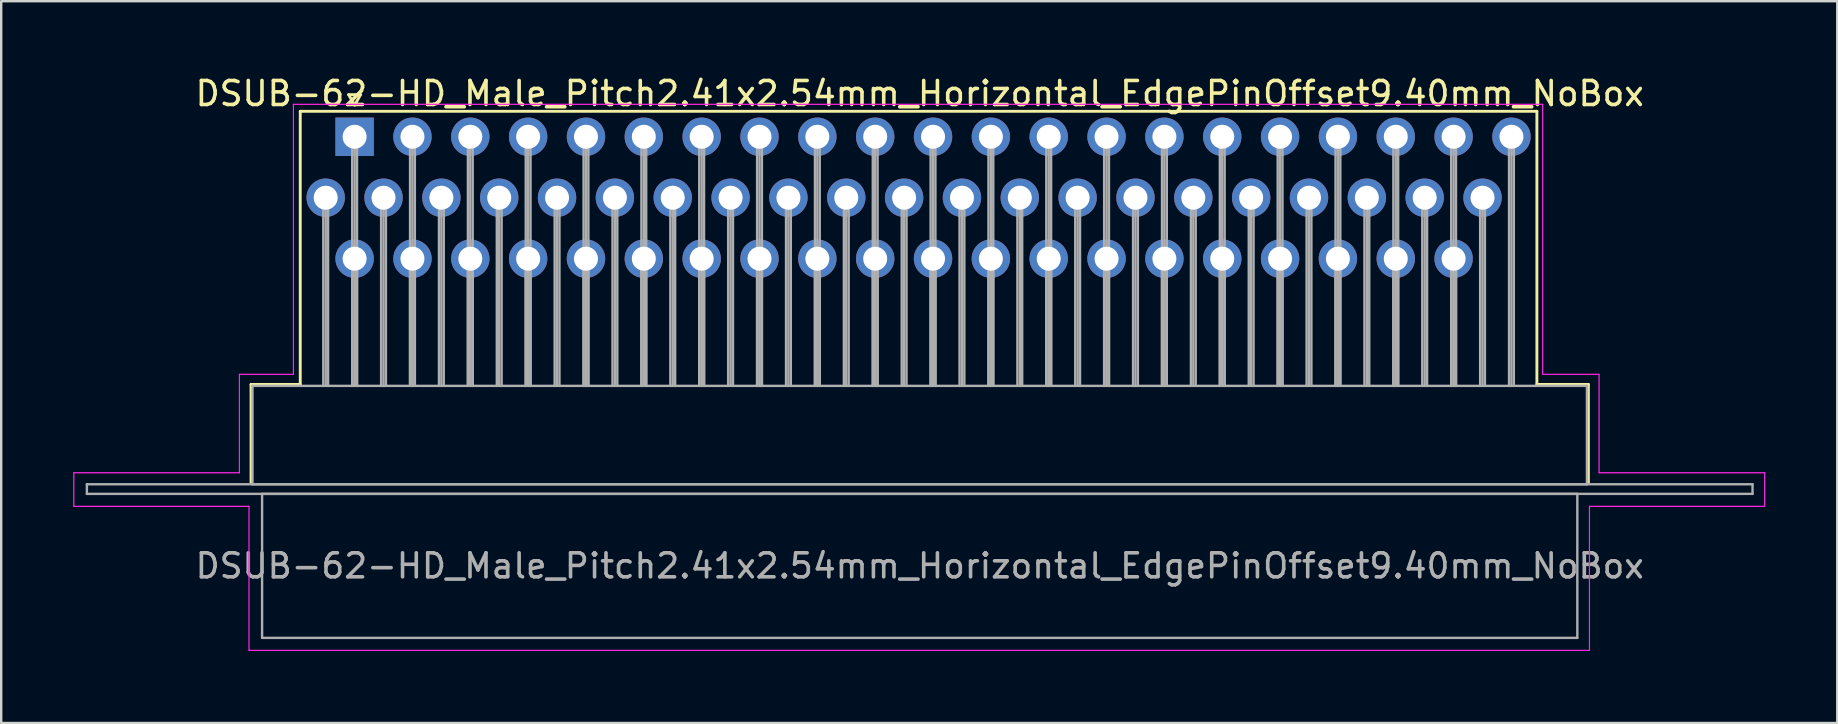
<source format=kicad_pcb>
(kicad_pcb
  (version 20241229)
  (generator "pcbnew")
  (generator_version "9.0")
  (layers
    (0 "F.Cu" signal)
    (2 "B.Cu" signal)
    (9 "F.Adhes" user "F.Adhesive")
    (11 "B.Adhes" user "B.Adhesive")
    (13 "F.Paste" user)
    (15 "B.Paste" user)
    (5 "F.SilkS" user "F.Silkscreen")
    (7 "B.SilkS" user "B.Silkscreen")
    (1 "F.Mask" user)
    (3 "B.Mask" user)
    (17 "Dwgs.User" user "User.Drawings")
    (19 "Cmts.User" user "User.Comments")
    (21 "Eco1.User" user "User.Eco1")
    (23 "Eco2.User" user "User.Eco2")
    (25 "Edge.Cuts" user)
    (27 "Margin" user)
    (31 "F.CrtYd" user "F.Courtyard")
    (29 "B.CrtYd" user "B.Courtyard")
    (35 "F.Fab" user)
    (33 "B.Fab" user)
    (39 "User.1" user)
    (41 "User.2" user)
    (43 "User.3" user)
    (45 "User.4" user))
  (footprint "DSUB-62-HD_Male_Pitch2.41x2.54mm_Horizontal_EdgePinOffset9.40mm_NoBox"
    (layer "F.Cu")
    (at 11.725 2.648)
    (property "Reference" "DSUB-62-HD_Male_Pitch2.41x2.54mm_Horizontal_EdgePinOffset9.40mm_NoBox" (at 23.545 -1.8 0) (layer "F.SilkS") (effects (font (size 1 1) (thickness 0.15))))
    (attr through_hole)
    (fp_line (start -4.315 10.32) (end -2.265 10.32) (stroke (width 0.12) (type solid)) (layer "F.SilkS"))
    (fp_line (start -4.315 14.42) (end -4.315 10.32) (stroke (width 0.12) (type solid)) (layer "F.SilkS"))
    (fp_line (start -2.265 -1.06) (end 49.26 -1.06) (stroke (width 0.12) (type solid)) (layer "F.SilkS"))
    (fp_line (start -2.265 10.32) (end -2.265 -1.06) (stroke (width 0.12) (type solid)) (layer "F.SilkS"))
    (fp_line (start -0.25 -1.754) (end 0.25 -1.754) (stroke (width 0.12) (type solid)) (layer "F.SilkS"))
    (fp_line (start 0 -1.321) (end -0.25 -1.754) (stroke (width 0.12) (type solid)) (layer "F.SilkS"))
    (fp_line (start 0.25 -1.754) (end 0 -1.321) (stroke (width 0.12) (type solid)) (layer "F.SilkS"))
    (fp_line (start 49.26 -1.06) (end 49.26 10.32) (stroke (width 0.12) (type solid)) (layer "F.SilkS"))
    (fp_line (start 49.26 10.32) (end 51.405 10.32) (stroke (width 0.12) (type solid)) (layer "F.SilkS"))
    (fp_line (start 51.405 10.32) (end 51.405 14.42) (stroke (width 0.12) (type solid)) (layer "F.SilkS"))
    (fp_line (start -11.7 14) (end -4.8 14) (stroke (width 0.05) (type solid)) (layer "F.CrtYd"))
    (fp_line (start -11.7 15.4) (end -11.7 14) (stroke (width 0.05) (type solid)) (layer "F.CrtYd"))
    (fp_line (start -4.8 9.9) (end -2.55 9.9) (stroke (width 0.05) (type solid)) (layer "F.CrtYd"))
    (fp_line (start -4.8 14) (end -4.8 9.9) (stroke (width 0.05) (type solid)) (layer "F.CrtYd"))
    (fp_line (start -4.4 15.4) (end -11.7 15.4) (stroke (width 0.05) (type solid)) (layer "F.CrtYd"))
    (fp_line (start -4.4 21.4) (end -4.4 15.4) (stroke (width 0.05) (type solid)) (layer "F.CrtYd"))
    (fp_line (start -2.55 -1.35) (end 49.5 -1.35) (stroke (width 0.05) (type solid)) (layer "F.CrtYd"))
    (fp_line (start -2.55 9.9) (end -2.55 -1.35) (stroke (width 0.05) (type solid)) (layer "F.CrtYd"))
    (fp_line (start 49.5 -1.35) (end 49.5 9.9) (stroke (width 0.05) (type solid)) (layer "F.CrtYd"))
    (fp_line (start 49.5 9.9) (end 51.85 9.9) (stroke (width 0.05) (type solid)) (layer "F.CrtYd"))
    (fp_line (start 51.45 15.4) (end 51.45 21.4) (stroke (width 0.05) (type solid)) (layer "F.CrtYd"))
    (fp_line (start 51.45 21.4) (end -4.4 21.4) (stroke (width 0.05) (type solid)) (layer "F.CrtYd"))
    (fp_line (start 51.85 9.9) (end 51.85 14) (stroke (width 0.05) (type solid)) (layer "F.CrtYd"))
    (fp_line (start 51.85 14) (end 58.75 14) (stroke (width 0.05) (type solid)) (layer "F.CrtYd"))
    (fp_line (start 58.75 14) (end 58.75 15.4) (stroke (width 0.05) (type solid)) (layer "F.CrtYd"))
    (fp_line (start 58.75 15.4) (end 51.45 15.4) (stroke (width 0.05) (type solid)) (layer "F.CrtYd"))
    (fp_line (start -11.155 14.48) (end -11.155 14.88) (stroke (width 0.1) (type solid)) (layer "F.Fab"))
    (fp_line (start -11.155 14.88) (end 58.245 14.88) (stroke (width 0.1) (type solid)) (layer "F.Fab"))
    (fp_line (start -4.255 10.38) (end -4.255 14.48) (stroke (width 0.1) (type solid)) (layer "F.Fab"))
    (fp_line (start -4.255 14.48) (end 51.345 14.48) (stroke (width 0.1) (type solid)) (layer "F.Fab"))
    (fp_line (start -3.855 14.88) (end -3.855 20.88) (stroke (width 0.1) (type solid)) (layer "F.Fab"))
    (fp_line (start -3.855 20.88) (end 50.945 20.88) (stroke (width 0.1) (type solid)) (layer "F.Fab"))
    (fp_line (start -1.305 2.54) (end -1.305 10.38) (stroke (width 0.1) (type solid)) (layer "F.Fab"))
    (fp_line (start -1.205 2.54) (end -1.205 10.38) (stroke (width 0.1) (type solid)) (layer "F.Fab"))
    (fp_line (start -1.105 2.54) (end -1.105 10.38) (stroke (width 0.1) (type solid)) (layer "F.Fab"))
    (fp_line (start -0.1 0) (end -0.1 10.38) (stroke (width 0.1) (type solid)) (layer "F.Fab"))
    (fp_line (start -0.1 5.08) (end -0.1 10.38) (stroke (width 0.1) (type solid)) (layer "F.Fab"))
    (fp_line (start 0 0) (end 0 10.38) (stroke (width 0.1) (type solid)) (layer "F.Fab"))
    (fp_line (start 0 5.08) (end 0 10.38) (stroke (width 0.1) (type solid)) (layer "F.Fab"))
    (fp_line (start 0.1 0) (end 0.1 10.38) (stroke (width 0.1) (type solid)) (layer "F.Fab"))
    (fp_line (start 0.1 5.08) (end 0.1 10.38) (stroke (width 0.1) (type solid)) (layer "F.Fab"))
    (fp_line (start 1.105 2.54) (end 1.105 10.38) (stroke (width 0.1) (type solid)) (layer "F.Fab"))
    (fp_line (start 1.205 2.54) (end 1.205 10.38) (stroke (width 0.1) (type solid)) (layer "F.Fab"))
    (fp_line (start 1.305 2.54) (end 1.305 10.38) (stroke (width 0.1) (type solid)) (layer "F.Fab"))
    (fp_line (start 2.31 0) (end 2.31 10.38) (stroke (width 0.1) (type solid)) (layer "F.Fab"))
    (fp_line (start 2.31 5.08) (end 2.31 10.38) (stroke (width 0.1) (type solid)) (layer "F.Fab"))
    (fp_line (start 2.41 0) (end 2.41 10.38) (stroke (width 0.1) (type solid)) (layer "F.Fab"))
    (fp_line (start 2.41 5.08) (end 2.41 10.38) (stroke (width 0.1) (type solid)) (layer "F.Fab"))
    (fp_line (start 2.51 0) (end 2.51 10.38) (stroke (width 0.1) (type solid)) (layer "F.Fab"))
    (fp_line (start 2.51 5.08) (end 2.51 10.38) (stroke (width 0.1) (type solid)) (layer "F.Fab"))
    (fp_line (start 3.515 2.54) (end 3.515 10.38) (stroke (width 0.1) (type solid)) (layer "F.Fab"))
    (fp_line (start 3.615 2.54) (end 3.615 10.38) (stroke (width 0.1) (type solid)) (layer "F.Fab"))
    (fp_line (start 3.715 2.54) (end 3.715 10.38) (stroke (width 0.1) (type solid)) (layer "F.Fab"))
    (fp_line (start 4.72 0) (end 4.72 10.38) (stroke (width 0.1) (type solid)) (layer "F.Fab"))
    (fp_line (start 4.72 5.08) (end 4.72 10.38) (stroke (width 0.1) (type solid)) (layer "F.Fab"))
    (fp_line (start 4.82 0) (end 4.82 10.38) (stroke (width 0.1) (type solid)) (layer "F.Fab"))
    (fp_line (start 4.82 5.08) (end 4.82 10.38) (stroke (width 0.1) (type solid)) (layer "F.Fab"))
    (fp_line (start 4.92 0) (end 4.92 10.38) (stroke (width 0.1) (type solid)) (layer "F.Fab"))
    (fp_line (start 4.92 5.08) (end 4.92 10.38) (stroke (width 0.1) (type solid)) (layer "F.Fab"))
    (fp_line (start 5.925 2.54) (end 5.925 10.38) (stroke (width 0.1) (type solid)) (layer "F.Fab"))
    (fp_line (start 6.025 2.54) (end 6.025 10.38) (stroke (width 0.1) (type solid)) (layer "F.Fab"))
    (fp_line (start 6.125 2.54) (end 6.125 10.38) (stroke (width 0.1) (type solid)) (layer "F.Fab"))
    (fp_line (start 7.13 0) (end 7.13 10.38) (stroke (width 0.1) (type solid)) (layer "F.Fab"))
    (fp_line (start 7.13 5.08) (end 7.13 10.38) (stroke (width 0.1) (type solid)) (layer "F.Fab"))
    (fp_line (start 7.23 0) (end 7.23 10.38) (stroke (width 0.1) (type solid)) (layer "F.Fab"))
    (fp_line (start 7.23 5.08) (end 7.23 10.38) (stroke (width 0.1) (type solid)) (layer "F.Fab"))
    (fp_line (start 7.33 0) (end 7.33 10.38) (stroke (width 0.1) (type solid)) (layer "F.Fab"))
    (fp_line (start 7.33 5.08) (end 7.33 10.38) (stroke (width 0.1) (type solid)) (layer "F.Fab"))
    (fp_line (start 8.335 2.54) (end 8.335 10.38) (stroke (width 0.1) (type solid)) (layer "F.Fab"))
    (fp_line (start 8.435 2.54) (end 8.435 10.38) (stroke (width 0.1) (type solid)) (layer "F.Fab"))
    (fp_line (start 8.535 2.54) (end 8.535 10.38) (stroke (width 0.1) (type solid)) (layer "F.Fab"))
    (fp_line (start 9.54 0) (end 9.54 10.38) (stroke (width 0.1) (type solid)) (layer "F.Fab"))
    (fp_line (start 9.54 5.08) (end 9.54 10.38) (stroke (width 0.1) (type solid)) (layer "F.Fab"))
    (fp_line (start 9.64 0) (end 9.64 10.38) (stroke (width 0.1) (type solid)) (layer "F.Fab"))
    (fp_line (start 9.64 5.08) (end 9.64 10.38) (stroke (width 0.1) (type solid)) (layer "F.Fab"))
    (fp_line (start 9.74 0) (end 9.74 10.38) (stroke (width 0.1) (type solid)) (layer "F.Fab"))
    (fp_line (start 9.74 5.08) (end 9.74 10.38) (stroke (width 0.1) (type solid)) (layer "F.Fab"))
    (fp_line (start 10.745 2.54) (end 10.745 10.38) (stroke (width 0.1) (type solid)) (layer "F.Fab"))
    (fp_line (start 10.845 2.54) (end 10.845 10.38) (stroke (width 0.1) (type solid)) (layer "F.Fab"))
    (fp_line (start 10.945 2.54) (end 10.945 10.38) (stroke (width 0.1) (type solid)) (layer "F.Fab"))
    (fp_line (start 11.95 0) (end 11.95 10.38) (stroke (width 0.1) (type solid)) (layer "F.Fab"))
    (fp_line (start 11.95 5.08) (end 11.95 10.38) (stroke (width 0.1) (type solid)) (layer "F.Fab"))
    (fp_line (start 12.05 0) (end 12.05 10.38) (stroke (width 0.1) (type solid)) (layer "F.Fab"))
    (fp_line (start 12.05 5.08) (end 12.05 10.38) (stroke (width 0.1) (type solid)) (layer "F.Fab"))
    (fp_line (start 12.15 0) (end 12.15 10.38) (stroke (width 0.1) (type solid)) (layer "F.Fab"))
    (fp_line (start 12.15 5.08) (end 12.15 10.38) (stroke (width 0.1) (type solid)) (layer "F.Fab"))
    (fp_line (start 13.155 2.54) (end 13.155 10.38) (stroke (width 0.1) (type solid)) (layer "F.Fab"))
    (fp_line (start 13.255 2.54) (end 13.255 10.38) (stroke (width 0.1) (type solid)) (layer "F.Fab"))
    (fp_line (start 13.355 2.54) (end 13.355 10.38) (stroke (width 0.1) (type solid)) (layer "F.Fab"))
    (fp_line (start 14.36 0) (end 14.36 10.38) (stroke (width 0.1) (type solid)) (layer "F.Fab"))
    (fp_line (start 14.36 5.08) (end 14.36 10.38) (stroke (width 0.1) (type solid)) (layer "F.Fab"))
    (fp_line (start 14.46 0) (end 14.46 10.38) (stroke (width 0.1) (type solid)) (layer "F.Fab"))
    (fp_line (start 14.46 5.08) (end 14.46 10.38) (stroke (width 0.1) (type solid)) (layer "F.Fab"))
    (fp_line (start 14.56 0) (end 14.56 10.38) (stroke (width 0.1) (type solid)) (layer "F.Fab"))
    (fp_line (start 14.56 5.08) (end 14.56 10.38) (stroke (width 0.1) (type solid)) (layer "F.Fab"))
    (fp_line (start 15.565 2.54) (end 15.565 10.38) (stroke (width 0.1) (type solid)) (layer "F.Fab"))
    (fp_line (start 15.665 2.54) (end 15.665 10.38) (stroke (width 0.1) (type solid)) (layer "F.Fab"))
    (fp_line (start 15.765 2.54) (end 15.765 10.38) (stroke (width 0.1) (type solid)) (layer "F.Fab"))
    (fp_line (start 16.77 0) (end 16.77 10.38) (stroke (width 0.1) (type solid)) (layer "F.Fab"))
    (fp_line (start 16.77 5.08) (end 16.77 10.38) (stroke (width 0.1) (type solid)) (layer "F.Fab"))
    (fp_line (start 16.87 0) (end 16.87 10.38) (stroke (width 0.1) (type solid)) (layer "F.Fab"))
    (fp_line (start 16.87 5.08) (end 16.87 10.38) (stroke (width 0.1) (type solid)) (layer "F.Fab"))
    (fp_line (start 16.97 0) (end 16.97 10.38) (stroke (width 0.1) (type solid)) (layer "F.Fab"))
    (fp_line (start 16.97 5.08) (end 16.97 10.38) (stroke (width 0.1) (type solid)) (layer "F.Fab"))
    (fp_line (start 17.975 2.54) (end 17.975 10.38) (stroke (width 0.1) (type solid)) (layer "F.Fab"))
    (fp_line (start 18.075 2.54) (end 18.075 10.38) (stroke (width 0.1) (type solid)) (layer "F.Fab"))
    (fp_line (start 18.175 2.54) (end 18.175 10.38) (stroke (width 0.1) (type solid)) (layer "F.Fab"))
    (fp_line (start 19.18 0) (end 19.18 10.38) (stroke (width 0.1) (type solid)) (layer "F.Fab"))
    (fp_line (start 19.18 5.08) (end 19.18 10.38) (stroke (width 0.1) (type solid)) (layer "F.Fab"))
    (fp_line (start 19.28 0) (end 19.28 10.38) (stroke (width 0.1) (type solid)) (layer "F.Fab"))
    (fp_line (start 19.28 5.08) (end 19.28 10.38) (stroke (width 0.1) (type solid)) (layer "F.Fab"))
    (fp_line (start 19.38 0) (end 19.38 10.38) (stroke (width 0.1) (type solid)) (layer "F.Fab"))
    (fp_line (start 19.38 5.08) (end 19.38 10.38) (stroke (width 0.1) (type solid)) (layer "F.Fab"))
    (fp_line (start 20.385 2.54) (end 20.385 10.38) (stroke (width 0.1) (type solid)) (layer "F.Fab"))
    (fp_line (start 20.485 2.54) (end 20.485 10.38) (stroke (width 0.1) (type solid)) (layer "F.Fab"))
    (fp_line (start 20.585 2.54) (end 20.585 10.38) (stroke (width 0.1) (type solid)) (layer "F.Fab"))
    (fp_line (start 21.59 0) (end 21.59 10.38) (stroke (width 0.1) (type solid)) (layer "F.Fab"))
    (fp_line (start 21.59 5.08) (end 21.59 10.38) (stroke (width 0.1) (type solid)) (layer "F.Fab"))
    (fp_line (start 21.69 0) (end 21.69 10.38) (stroke (width 0.1) (type solid)) (layer "F.Fab"))
    (fp_line (start 21.69 5.08) (end 21.69 10.38) (stroke (width 0.1) (type solid)) (layer "F.Fab"))
    (fp_line (start 21.79 0) (end 21.79 10.38) (stroke (width 0.1) (type solid)) (layer "F.Fab"))
    (fp_line (start 21.79 5.08) (end 21.79 10.38) (stroke (width 0.1) (type solid)) (layer "F.Fab"))
    (fp_line (start 22.795 2.54) (end 22.795 10.38) (stroke (width 0.1) (type solid)) (layer "F.Fab"))
    (fp_line (start 22.895 2.54) (end 22.895 10.38) (stroke (width 0.1) (type solid)) (layer "F.Fab"))
    (fp_line (start 22.995 2.54) (end 22.995 10.38) (stroke (width 0.1) (type solid)) (layer "F.Fab"))
    (fp_line (start 24 0) (end 24 10.38) (stroke (width 0.1) (type solid)) (layer "F.Fab"))
    (fp_line (start 24 5.08) (end 24 10.38) (stroke (width 0.1) (type solid)) (layer "F.Fab"))
    (fp_line (start 24.1 0) (end 24.1 10.38) (stroke (width 0.1) (type solid)) (layer "F.Fab"))
    (fp_line (start 24.1 5.08) (end 24.1 10.38) (stroke (width 0.1) (type solid)) (layer "F.Fab"))
    (fp_line (start 24.2 0) (end 24.2 10.38) (stroke (width 0.1) (type solid)) (layer "F.Fab"))
    (fp_line (start 24.2 5.08) (end 24.2 10.38) (stroke (width 0.1) (type solid)) (layer "F.Fab"))
    (fp_line (start 25.205 2.54) (end 25.205 10.38) (stroke (width 0.1) (type solid)) (layer "F.Fab"))
    (fp_line (start 25.305 2.54) (end 25.305 10.38) (stroke (width 0.1) (type solid)) (layer "F.Fab"))
    (fp_line (start 25.405 2.54) (end 25.405 10.38) (stroke (width 0.1) (type solid)) (layer "F.Fab"))
    (fp_line (start 26.41 0) (end 26.41 10.38) (stroke (width 0.1) (type solid)) (layer "F.Fab"))
    (fp_line (start 26.41 5.08) (end 26.41 10.38) (stroke (width 0.1) (type solid)) (layer "F.Fab"))
    (fp_line (start 26.51 0) (end 26.51 10.38) (stroke (width 0.1) (type solid)) (layer "F.Fab"))
    (fp_line (start 26.51 5.08) (end 26.51 10.38) (stroke (width 0.1) (type solid)) (layer "F.Fab"))
    (fp_line (start 26.61 0) (end 26.61 10.38) (stroke (width 0.1) (type solid)) (layer "F.Fab"))
    (fp_line (start 26.61 5.08) (end 26.61 10.38) (stroke (width 0.1) (type solid)) (layer "F.Fab"))
    (fp_line (start 27.615 2.54) (end 27.615 10.38) (stroke (width 0.1) (type solid)) (layer "F.Fab"))
    (fp_line (start 27.715 2.54) (end 27.715 10.38) (stroke (width 0.1) (type solid)) (layer "F.Fab"))
    (fp_line (start 27.815 2.54) (end 27.815 10.38) (stroke (width 0.1) (type solid)) (layer "F.Fab"))
    (fp_line (start 28.82 0) (end 28.82 10.38) (stroke (width 0.1) (type solid)) (layer "F.Fab"))
    (fp_line (start 28.82 5.08) (end 28.82 10.38) (stroke (width 0.1) (type solid)) (layer "F.Fab"))
    (fp_line (start 28.92 0) (end 28.92 10.38) (stroke (width 0.1) (type solid)) (layer "F.Fab"))
    (fp_line (start 28.92 5.08) (end 28.92 10.38) (stroke (width 0.1) (type solid)) (layer "F.Fab"))
    (fp_line (start 29.02 0) (end 29.02 10.38) (stroke (width 0.1) (type solid)) (layer "F.Fab"))
    (fp_line (start 29.02 5.08) (end 29.02 10.38) (stroke (width 0.1) (type solid)) (layer "F.Fab"))
    (fp_line (start 30.025 2.54) (end 30.025 10.38) (stroke (width 0.1) (type solid)) (layer "F.Fab"))
    (fp_line (start 30.125 2.54) (end 30.125 10.38) (stroke (width 0.1) (type solid)) (layer "F.Fab"))
    (fp_line (start 30.225 2.54) (end 30.225 10.38) (stroke (width 0.1) (type solid)) (layer "F.Fab"))
    (fp_line (start 31.23 0) (end 31.23 10.38) (stroke (width 0.1) (type solid)) (layer "F.Fab"))
    (fp_line (start 31.23 5.08) (end 31.23 10.38) (stroke (width 0.1) (type solid)) (layer "F.Fab"))
    (fp_line (start 31.33 0) (end 31.33 10.38) (stroke (width 0.1) (type solid)) (layer "F.Fab"))
    (fp_line (start 31.33 5.08) (end 31.33 10.38) (stroke (width 0.1) (type solid)) (layer "F.Fab"))
    (fp_line (start 31.43 0) (end 31.43 10.38) (stroke (width 0.1) (type solid)) (layer "F.Fab"))
    (fp_line (start 31.43 5.08) (end 31.43 10.38) (stroke (width 0.1) (type solid)) (layer "F.Fab"))
    (fp_line (start 32.435 2.54) (end 32.435 10.38) (stroke (width 0.1) (type solid)) (layer "F.Fab"))
    (fp_line (start 32.535 2.54) (end 32.535 10.38) (stroke (width 0.1) (type solid)) (layer "F.Fab"))
    (fp_line (start 32.635 2.54) (end 32.635 10.38) (stroke (width 0.1) (type solid)) (layer "F.Fab"))
    (fp_line (start 33.64 0) (end 33.64 10.38) (stroke (width 0.1) (type solid)) (layer "F.Fab"))
    (fp_line (start 33.64 5.08) (end 33.64 10.38) (stroke (width 0.1) (type solid)) (layer "F.Fab"))
    (fp_line (start 33.74 0) (end 33.74 10.38) (stroke (width 0.1) (type solid)) (layer "F.Fab"))
    (fp_line (start 33.74 5.08) (end 33.74 10.38) (stroke (width 0.1) (type solid)) (layer "F.Fab"))
    (fp_line (start 33.84 0) (end 33.84 10.38) (stroke (width 0.1) (type solid)) (layer "F.Fab"))
    (fp_line (start 33.84 5.08) (end 33.84 10.38) (stroke (width 0.1) (type solid)) (layer "F.Fab"))
    (fp_line (start 34.845 2.54) (end 34.845 10.38) (stroke (width 0.1) (type solid)) (layer "F.Fab"))
    (fp_line (start 34.945 2.54) (end 34.945 10.38) (stroke (width 0.1) (type solid)) (layer "F.Fab"))
    (fp_line (start 35.045 2.54) (end 35.045 10.38) (stroke (width 0.1) (type solid)) (layer "F.Fab"))
    (fp_line (start 36.05 0) (end 36.05 10.38) (stroke (width 0.1) (type solid)) (layer "F.Fab"))
    (fp_line (start 36.05 5.08) (end 36.05 10.38) (stroke (width 0.1) (type solid)) (layer "F.Fab"))
    (fp_line (start 36.15 0) (end 36.15 10.38) (stroke (width 0.1) (type solid)) (layer "F.Fab"))
    (fp_line (start 36.15 5.08) (end 36.15 10.38) (stroke (width 0.1) (type solid)) (layer "F.Fab"))
    (fp_line (start 36.25 0) (end 36.25 10.38) (stroke (width 0.1) (type solid)) (layer "F.Fab"))
    (fp_line (start 36.25 5.08) (end 36.25 10.38) (stroke (width 0.1) (type solid)) (layer "F.Fab"))
    (fp_line (start 37.255 2.54) (end 37.255 10.38) (stroke (width 0.1) (type solid)) (layer "F.Fab"))
    (fp_line (start 37.355 2.54) (end 37.355 10.38) (stroke (width 0.1) (type solid)) (layer "F.Fab"))
    (fp_line (start 37.455 2.54) (end 37.455 10.38) (stroke (width 0.1) (type solid)) (layer "F.Fab"))
    (fp_line (start 38.46 0) (end 38.46 10.38) (stroke (width 0.1) (type solid)) (layer "F.Fab"))
    (fp_line (start 38.46 5.08) (end 38.46 10.38) (stroke (width 0.1) (type solid)) (layer "F.Fab"))
    (fp_line (start 38.56 0) (end 38.56 10.38) (stroke (width 0.1) (type solid)) (layer "F.Fab"))
    (fp_line (start 38.56 5.08) (end 38.56 10.38) (stroke (width 0.1) (type solid)) (layer "F.Fab"))
    (fp_line (start 38.66 0) (end 38.66 10.38) (stroke (width 0.1) (type solid)) (layer "F.Fab"))
    (fp_line (start 38.66 5.08) (end 38.66 10.38) (stroke (width 0.1) (type solid)) (layer "F.Fab"))
    (fp_line (start 39.665 2.54) (end 39.665 10.38) (stroke (width 0.1) (type solid)) (layer "F.Fab"))
    (fp_line (start 39.765 2.54) (end 39.765 10.38) (stroke (width 0.1) (type solid)) (layer "F.Fab"))
    (fp_line (start 39.865 2.54) (end 39.865 10.38) (stroke (width 0.1) (type solid)) (layer "F.Fab"))
    (fp_line (start 40.87 0) (end 40.87 10.38) (stroke (width 0.1) (type solid)) (layer "F.Fab"))
    (fp_line (start 40.87 5.08) (end 40.87 10.38) (stroke (width 0.1) (type solid)) (layer "F.Fab"))
    (fp_line (start 40.97 0) (end 40.97 10.38) (stroke (width 0.1) (type solid)) (layer "F.Fab"))
    (fp_line (start 40.97 5.08) (end 40.97 10.38) (stroke (width 0.1) (type solid)) (layer "F.Fab"))
    (fp_line (start 41.07 0) (end 41.07 10.38) (stroke (width 0.1) (type solid)) (layer "F.Fab"))
    (fp_line (start 41.07 5.08) (end 41.07 10.38) (stroke (width 0.1) (type solid)) (layer "F.Fab"))
    (fp_line (start 42.075 2.54) (end 42.075 10.38) (stroke (width 0.1) (type solid)) (layer "F.Fab"))
    (fp_line (start 42.175 2.54) (end 42.175 10.38) (stroke (width 0.1) (type solid)) (layer "F.Fab"))
    (fp_line (start 42.275 2.54) (end 42.275 10.38) (stroke (width 0.1) (type solid)) (layer "F.Fab"))
    (fp_line (start 43.28 0) (end 43.28 10.38) (stroke (width 0.1) (type solid)) (layer "F.Fab"))
    (fp_line (start 43.28 5.08) (end 43.28 10.38) (stroke (width 0.1) (type solid)) (layer "F.Fab"))
    (fp_line (start 43.38 0) (end 43.38 10.38) (stroke (width 0.1) (type solid)) (layer "F.Fab"))
    (fp_line (start 43.38 5.08) (end 43.38 10.38) (stroke (width 0.1) (type solid)) (layer "F.Fab"))
    (fp_line (start 43.48 0) (end 43.48 10.38) (stroke (width 0.1) (type solid)) (layer "F.Fab"))
    (fp_line (start 43.48 5.08) (end 43.48 10.38) (stroke (width 0.1) (type solid)) (layer "F.Fab"))
    (fp_line (start 44.485 2.54) (end 44.485 10.38) (stroke (width 0.1) (type solid)) (layer "F.Fab"))
    (fp_line (start 44.585 2.54) (end 44.585 10.38) (stroke (width 0.1) (type solid)) (layer "F.Fab"))
    (fp_line (start 44.685 2.54) (end 44.685 10.38) (stroke (width 0.1) (type solid)) (layer "F.Fab"))
    (fp_line (start 45.69 0) (end 45.69 10.38) (stroke (width 0.1) (type solid)) (layer "F.Fab"))
    (fp_line (start 45.69 5.08) (end 45.69 10.38) (stroke (width 0.1) (type solid)) (layer "F.Fab"))
    (fp_line (start 45.79 0) (end 45.79 10.38) (stroke (width 0.1) (type solid)) (layer "F.Fab"))
    (fp_line (start 45.79 5.08) (end 45.79 10.38) (stroke (width 0.1) (type solid)) (layer "F.Fab"))
    (fp_line (start 45.89 0) (end 45.89 10.38) (stroke (width 0.1) (type solid)) (layer "F.Fab"))
    (fp_line (start 45.89 5.08) (end 45.89 10.38) (stroke (width 0.1) (type solid)) (layer "F.Fab"))
    (fp_line (start 46.895 2.54) (end 46.895 10.38) (stroke (width 0.1) (type solid)) (layer "F.Fab"))
    (fp_line (start 46.995 2.54) (end 46.995 10.38) (stroke (width 0.1) (type solid)) (layer "F.Fab"))
    (fp_line (start 47.095 2.54) (end 47.095 10.38) (stroke (width 0.1) (type solid)) (layer "F.Fab"))
    (fp_line (start 48.1 0) (end 48.1 10.38) (stroke (width 0.1) (type solid)) (layer "F.Fab"))
    (fp_line (start 48.2 0) (end 48.2 10.38) (stroke (width 0.1) (type solid)) (layer "F.Fab"))
    (fp_line (start 48.3 0) (end 48.3 10.38) (stroke (width 0.1) (type solid)) (layer "F.Fab"))
    (fp_line (start 50.945 14.88) (end -3.855 14.88) (stroke (width 0.1) (type solid)) (layer "F.Fab"))
    (fp_line (start 50.945 20.88) (end 50.945 14.88) (stroke (width 0.1) (type solid)) (layer "F.Fab"))
    (fp_line (start 51.345 10.38) (end -4.255 10.38) (stroke (width 0.1) (type solid)) (layer "F.Fab"))
    (fp_line (start 51.345 14.48) (end 51.345 10.38) (stroke (width 0.1) (type solid)) (layer "F.Fab"))
    (fp_line (start 58.245 14.48) (end -11.155 14.48) (stroke (width 0.1) (type solid)) (layer "F.Fab"))
    (fp_line (start 58.245 14.88) (end 58.245 14.48) (stroke (width 0.1) (type solid)) (layer "F.Fab"))
    (fp_text user "${REFERENCE}" (at 23.545 17.88 0) (layer "F.Fab") (effects (font (size 1 1) (thickness 0.15))))
    (pad "1" thru_hole rect (at 0 0) (size 1.6 1.6) (drill 1) (layers "*.Cu" "*.Mask"))
    (pad "2" thru_hole circle (at 2.41 0) (size 1.6 1.6) (drill 1) (layers "*.Cu" "*.Mask"))
    (pad "3" thru_hole circle (at 4.82 0) (size 1.6 1.6) (drill 1) (layers "*.Cu" "*.Mask"))
    (pad "4" thru_hole circle (at 7.23 0) (size 1.6 1.6) (drill 1) (layers "*.Cu" "*.Mask"))
    (pad "5" thru_hole circle (at 9.64 0) (size 1.6 1.6) (drill 1) (layers "*.Cu" "*.Mask"))
    (pad "6" thru_hole circle (at 12.05 0) (size 1.6 1.6) (drill 1) (layers "*.Cu" "*.Mask"))
    (pad "7" thru_hole circle (at 14.46 0) (size 1.6 1.6) (drill 1) (layers "*.Cu" "*.Mask"))
    (pad "8" thru_hole circle (at 16.87 0) (size 1.6 1.6) (drill 1) (layers "*.Cu" "*.Mask"))
    (pad "9" thru_hole circle (at 19.28 0) (size 1.6 1.6) (drill 1) (layers "*.Cu" "*.Mask"))
    (pad "10" thru_hole circle (at 21.69 0) (size 1.6 1.6) (drill 1) (layers "*.Cu" "*.Mask"))
    (pad "11" thru_hole circle (at 24.1 0) (size 1.6 1.6) (drill 1) (layers "*.Cu" "*.Mask"))
    (pad "12" thru_hole circle (at 26.51 0) (size 1.6 1.6) (drill 1) (layers "*.Cu" "*.Mask"))
    (pad "13" thru_hole circle (at 28.92 0) (size 1.6 1.6) (drill 1) (layers "*.Cu" "*.Mask"))
    (pad "14" thru_hole circle (at 31.33 0) (size 1.6 1.6) (drill 1) (layers "*.Cu" "*.Mask"))
    (pad "15" thru_hole circle (at 33.74 0) (size 1.6 1.6) (drill 1) (layers "*.Cu" "*.Mask"))
    (pad "16" thru_hole circle (at 36.15 0) (size 1.6 1.6) (drill 1) (layers "*.Cu" "*.Mask"))
    (pad "17" thru_hole circle (at 38.56 0) (size 1.6 1.6) (drill 1) (layers "*.Cu" "*.Mask"))
    (pad "18" thru_hole circle (at 40.97 0) (size 1.6 1.6) (drill 1) (layers "*.Cu" "*.Mask"))
    (pad "19" thru_hole circle (at 43.38 0) (size 1.6 1.6) (drill 1) (layers "*.Cu" "*.Mask"))
    (pad "20" thru_hole circle (at 45.79 0) (size 1.6 1.6) (drill 1) (layers "*.Cu" "*.Mask"))
    (pad "21" thru_hole circle (at 48.2 0) (size 1.6 1.6) (drill 1) (layers "*.Cu" "*.Mask"))
    (pad "22" thru_hole circle (at -1.205 2.54) (size 1.6 1.6) (drill 1) (layers "*.Cu" "*.Mask"))
    (pad "23" thru_hole circle (at 1.205 2.54) (size 1.6 1.6) (drill 1) (layers "*.Cu" "*.Mask"))
    (pad "24" thru_hole circle (at 3.615 2.54) (size 1.6 1.6) (drill 1) (layers "*.Cu" "*.Mask"))
    (pad "25" thru_hole circle (at 6.025 2.54) (size 1.6 1.6) (drill 1) (layers "*.Cu" "*.Mask"))
    (pad "26" thru_hole circle (at 8.435 2.54) (size 1.6 1.6) (drill 1) (layers "*.Cu" "*.Mask"))
    (pad "27" thru_hole circle (at 10.845 2.54) (size 1.6 1.6) (drill 1) (layers "*.Cu" "*.Mask"))
    (pad "28" thru_hole circle (at 13.255 2.54) (size 1.6 1.6) (drill 1) (layers "*.Cu" "*.Mask"))
    (pad "29" thru_hole circle (at 15.665 2.54) (size 1.6 1.6) (drill 1) (layers "*.Cu" "*.Mask"))
    (pad "30" thru_hole circle (at 18.075 2.54) (size 1.6 1.6) (drill 1) (layers "*.Cu" "*.Mask"))
    (pad "31" thru_hole circle (at 20.485 2.54) (size 1.6 1.6) (drill 1) (layers "*.Cu" "*.Mask"))
    (pad "32" thru_hole circle (at 22.895 2.54) (size 1.6 1.6) (drill 1) (layers "*.Cu" "*.Mask"))
    (pad "33" thru_hole circle (at 25.305 2.54) (size 1.6 1.6) (drill 1) (layers "*.Cu" "*.Mask"))
    (pad "34" thru_hole circle (at 27.715 2.54) (size 1.6 1.6) (drill 1) (layers "*.Cu" "*.Mask"))
    (pad "35" thru_hole circle (at 30.125 2.54) (size 1.6 1.6) (drill 1) (layers "*.Cu" "*.Mask"))
    (pad "36" thru_hole circle (at 32.535 2.54) (size 1.6 1.6) (drill 1) (layers "*.Cu" "*.Mask"))
    (pad "37" thru_hole circle (at 34.945 2.54) (size 1.6 1.6) (drill 1) (layers "*.Cu" "*.Mask"))
    (pad "38" thru_hole circle (at 37.355 2.54) (size 1.6 1.6) (drill 1) (layers "*.Cu" "*.Mask"))
    (pad "39" thru_hole circle (at 39.765 2.54) (size 1.6 1.6) (drill 1) (layers "*.Cu" "*.Mask"))
    (pad "40" thru_hole circle (at 42.175 2.54) (size 1.6 1.6) (drill 1) (layers "*.Cu" "*.Mask"))
    (pad "41" thru_hole circle (at 44.585 2.54) (size 1.6 1.6) (drill 1) (layers "*.Cu" "*.Mask"))
    (pad "42" thru_hole circle (at 46.995 2.54) (size 1.6 1.6) (drill 1) (layers "*.Cu" "*.Mask"))
    (pad "43" thru_hole circle (at 0 5.08) (size 1.6 1.6) (drill 1) (layers "*.Cu" "*.Mask"))
    (pad "44" thru_hole circle (at 2.41 5.08) (size 1.6 1.6) (drill 1) (layers "*.Cu" "*.Mask"))
    (pad "45" thru_hole circle (at 4.82 5.08) (size 1.6 1.6) (drill 1) (layers "*.Cu" "*.Mask"))
    (pad "46" thru_hole circle (at 7.23 5.08) (size 1.6 1.6) (drill 1) (layers "*.Cu" "*.Mask"))
    (pad "47" thru_hole circle (at 9.64 5.08) (size 1.6 1.6) (drill 1) (layers "*.Cu" "*.Mask"))
    (pad "48" thru_hole circle (at 12.05 5.08) (size 1.6 1.6) (drill 1) (layers "*.Cu" "*.Mask"))
    (pad "49" thru_hole circle (at 14.46 5.08) (size 1.6 1.6) (drill 1) (layers "*.Cu" "*.Mask"))
    (pad "50" thru_hole circle (at 16.87 5.08) (size 1.6 1.6) (drill 1) (layers "*.Cu" "*.Mask"))
    (pad "51" thru_hole circle (at 19.28 5.08) (size 1.6 1.6) (drill 1) (layers "*.Cu" "*.Mask"))
    (pad "52" thru_hole circle (at 21.69 5.08) (size 1.6 1.6) (drill 1) (layers "*.Cu" "*.Mask"))
    (pad "53" thru_hole circle (at 24.1 5.08) (size 1.6 1.6) (drill 1) (layers "*.Cu" "*.Mask"))
    (pad "54" thru_hole circle (at 26.51 5.08) (size 1.6 1.6) (drill 1) (layers "*.Cu" "*.Mask"))
    (pad "55" thru_hole circle (at 28.92 5.08) (size 1.6 1.6) (drill 1) (layers "*.Cu" "*.Mask"))
    (pad "56" thru_hole circle (at 31.33 5.08) (size 1.6 1.6) (drill 1) (layers "*.Cu" "*.Mask"))
    (pad "57" thru_hole circle (at 33.74 5.08) (size 1.6 1.6) (drill 1) (layers "*.Cu" "*.Mask"))
    (pad "58" thru_hole circle (at 36.15 5.08) (size 1.6 1.6) (drill 1) (layers "*.Cu" "*.Mask"))
    (pad "59" thru_hole circle (at 38.56 5.08) (size 1.6 1.6) (drill 1) (layers "*.Cu" "*.Mask"))
    (pad "60" thru_hole circle (at 40.97 5.08) (size 1.6 1.6) (drill 1) (layers "*.Cu" "*.Mask"))
    (pad "61" thru_hole circle (at 43.38 5.08) (size 1.6 1.6) (drill 1) (layers "*.Cu" "*.Mask"))
    (pad "62" thru_hole circle (at 45.79 5.08) (size 1.6 1.6) (drill 1) (layers "*.Cu" "*.Mask")))
  (gr_rect
    (start -3 -3)
    (end 73.5 27.073)
    (stroke (width 0.1) (type default))
    (fill no)
    (layer "Edge.Cuts")))
</source>
